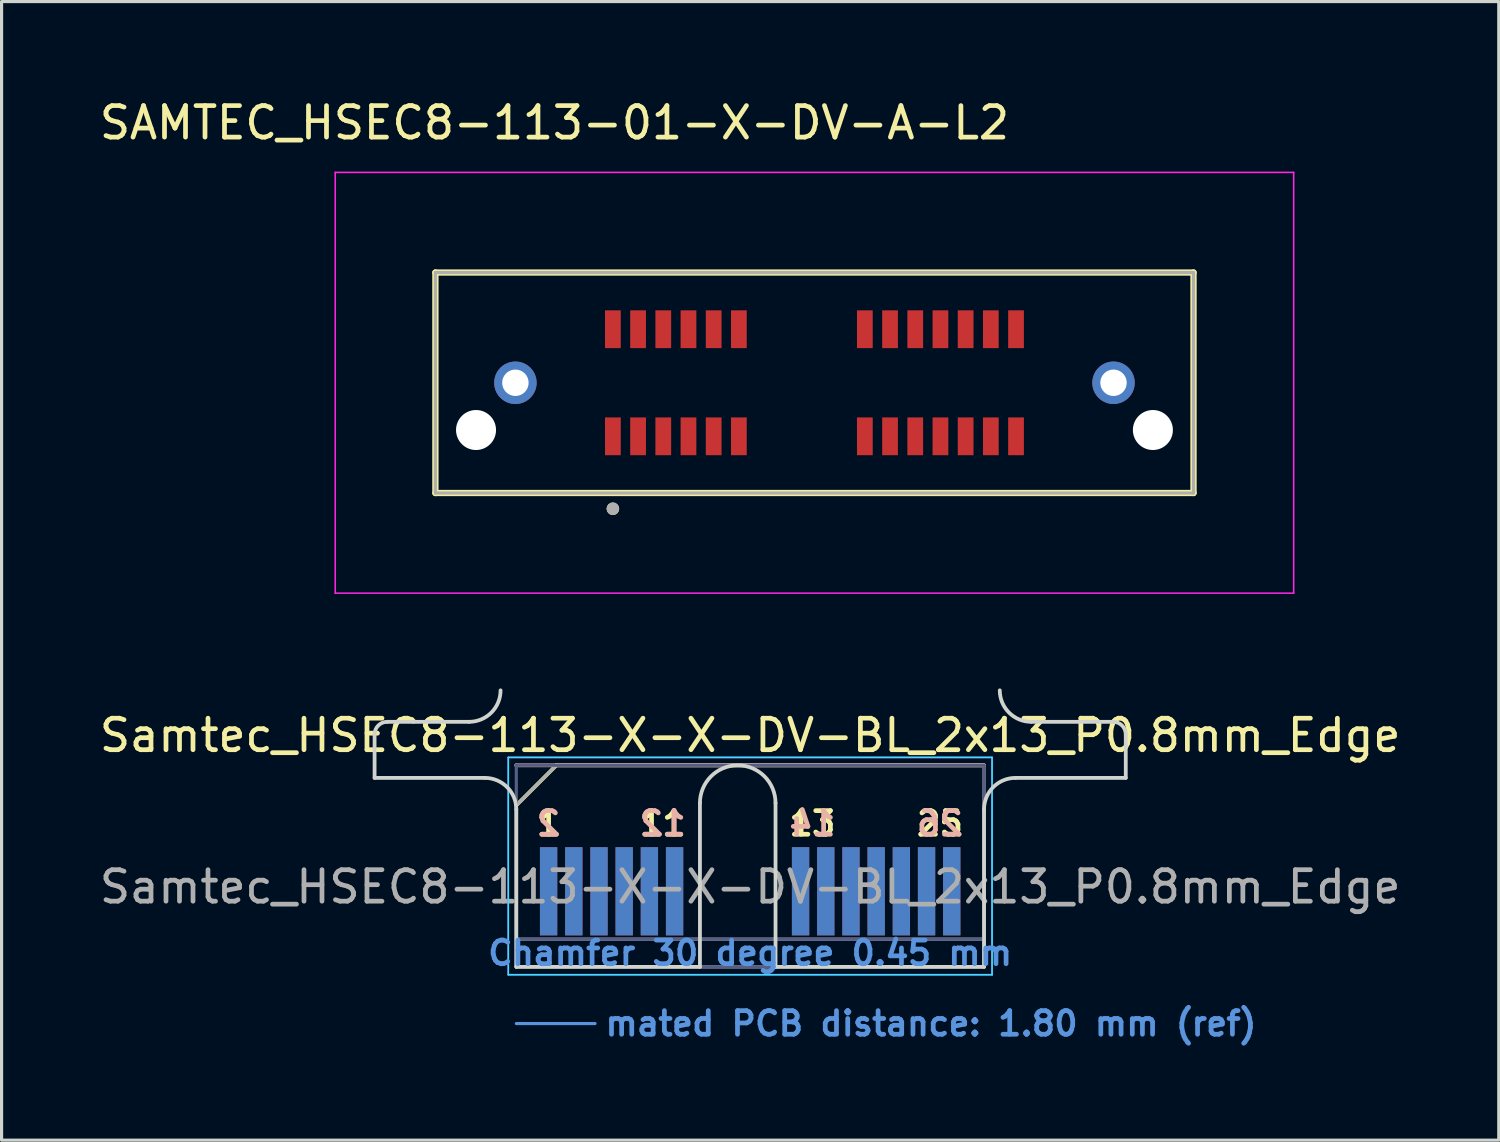
<source format=kicad_pcb>
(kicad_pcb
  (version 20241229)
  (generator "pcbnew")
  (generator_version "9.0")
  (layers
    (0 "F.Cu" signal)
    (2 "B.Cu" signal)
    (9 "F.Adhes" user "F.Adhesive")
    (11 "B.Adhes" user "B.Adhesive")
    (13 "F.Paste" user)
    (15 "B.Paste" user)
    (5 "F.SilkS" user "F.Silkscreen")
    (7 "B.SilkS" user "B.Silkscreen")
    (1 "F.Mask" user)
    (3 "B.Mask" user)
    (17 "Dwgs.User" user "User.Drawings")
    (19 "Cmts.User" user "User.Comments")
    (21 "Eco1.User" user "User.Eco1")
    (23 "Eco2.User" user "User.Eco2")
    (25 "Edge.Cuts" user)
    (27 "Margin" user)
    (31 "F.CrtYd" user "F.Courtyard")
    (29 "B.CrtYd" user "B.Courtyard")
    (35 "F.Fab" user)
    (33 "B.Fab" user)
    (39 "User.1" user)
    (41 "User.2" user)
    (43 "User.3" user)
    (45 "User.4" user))
  (footprint "Samtec_HSEC8-113-X-X-DV-BL_2x13_P0.8mm_Edge"
    (layer "F.Cu")
    (at 20.768 27.648)
    (property "Reference" "Samtec_HSEC8-113-X-X-DV-BL_2x13_P0.8mm_Edge" (at 0 -7.35 0) (layer "F.SilkS") (effects (font (size 1 1) (thickness 0.15))))
    (attr exclude_from_pos_files exclude_from_bom)
    (fp_line (start -7.425 -5.13) (end -6.155 -6.4) (stroke (width 0.12) (type solid)) (layer "F.SilkS"))
    (fp_line (start -6.155 -6.4) (end 7.425 -6.4) (stroke (width 0.12) (type solid)) (layer "F.SilkS"))
    (fp_line (start -7.425 -6.4) (end -7.425 -6.4) (stroke (width 0.12) (type solid)) (layer "B.SilkS"))
    (fp_line (start -7.425 -6.4) (end 7.425 -6.4) (stroke (width 0.12) (type solid)) (layer "B.SilkS"))
    (fp_line (start -7.425 1.8) (end -4.925 1.8) (stroke (width 0.1) (type solid)) (layer "Cmts.User"))
    (fp_line (start -11.925 -6) (end -11.925 -7.38) (stroke (width 0.12) (type solid)) (layer "Edge.Cuts"))
    (fp_line (start -11.525 -7.78) (end -8.925 -7.78) (stroke (width 0.12) (type solid)) (layer "Edge.Cuts"))
    (fp_line (start -8.425 -6) (end -11.925 -6) (stroke (width 0.12) (type solid)) (layer "Edge.Cuts"))
    (fp_line (start -7.425 -5) (end -7.425 0) (stroke (width 0.12) (type solid)) (layer "Edge.Cuts"))
    (fp_line (start -7.425 0) (end -1.595 0) (stroke (width 0.12) (type solid)) (layer "Edge.Cuts"))
    (fp_line (start -1.595 0) (end -1.595 -5.2) (stroke (width 0.12) (type solid)) (layer "Edge.Cuts"))
    (fp_line (start 0.805 -5.2) (end 0.805 0) (stroke (width 0.12) (type solid)) (layer "Edge.Cuts"))
    (fp_line (start 0.805 0) (end 7.425 0) (stroke (width 0.12) (type solid)) (layer "Edge.Cuts"))
    (fp_line (start 7.425 0) (end 7.425 -5) (stroke (width 0.12) (type solid)) (layer "Edge.Cuts"))
    (fp_line (start 8.425 -6) (end 11.925 -6) (stroke (width 0.12) (type solid)) (layer "Edge.Cuts"))
    (fp_line (start 11.525 -7.78) (end 8.925 -7.78) (stroke (width 0.12) (type solid)) (layer "Edge.Cuts"))
    (fp_line (start 11.925 -6) (end 11.925 -7.38) (stroke (width 0.12) (type solid)) (layer "Edge.Cuts"))
    (fp_arc (start -11.925 -7.38) (mid -11.807843 -7.662843) (end -11.525 -7.78) (stroke (width 0.12) (type solid)) (layer "Edge.Cuts"))
    (fp_arc (start -8.425 -6) (mid -7.717893 -5.707107) (end -7.425 -5) (stroke (width 0.12) (type solid)) (layer "Edge.Cuts"))
    (fp_arc (start -7.925 -8.78) (mid -8.217893 -8.072893) (end -8.925 -7.78) (stroke (width 0.12) (type solid)) (layer "Edge.Cuts"))
    (fp_arc (start -1.595 -5.2) (mid -0.395 -6.4) (end 0.805 -5.2) (stroke (width 0.12) (type solid)) (layer "Edge.Cuts"))
    (fp_arc (start 7.425 -5) (mid 7.717893 -5.707107) (end 8.425 -6) (stroke (width 0.12) (type solid)) (layer "Edge.Cuts"))
    (fp_arc (start 8.925 -7.78) (mid 8.217893 -8.072893) (end 7.925 -8.78) (stroke (width 0.12) (type solid)) (layer "Edge.Cuts"))
    (fp_arc (start 11.525 -7.78) (mid 11.807843 -7.662843) (end 11.925 -7.38) (stroke (width 0.12) (type solid)) (layer "Edge.Cuts"))
    (fp_line (start -7.68 -6.65) (end -7.68 0.25) (stroke (width 0.05) (type solid)) (layer "B.CrtYd"))
    (fp_line (start -7.68 0.25) (end 7.68 0.25) (stroke (width 0.05) (type solid)) (layer "B.CrtYd"))
    (fp_line (start 7.68 -6.65) (end -7.68 -6.65) (stroke (width 0.05) (type solid)) (layer "B.CrtYd"))
    (fp_line (start 7.68 0.25) (end 7.68 -6.65) (stroke (width 0.05) (type solid)) (layer "B.CrtYd"))
    (fp_line (start -7.68 -6.65) (end -7.68 0.25) (stroke (width 0.05) (type solid)) (layer "F.CrtYd"))
    (fp_line (start -7.68 0.25) (end 7.68 0.25) (stroke (width 0.05) (type solid)) (layer "F.CrtYd"))
    (fp_line (start 7.68 -6.65) (end -7.68 -6.65) (stroke (width 0.05) (type solid)) (layer "F.CrtYd"))
    (fp_line (start 7.68 0.25) (end 7.68 -6.65) (stroke (width 0.05) (type solid)) (layer "F.CrtYd"))
    (fp_line (start -7.425 -6.4) (end -7.425 -6.4) (stroke (width 0.1) (type solid)) (layer "B.Fab"))
    (fp_line (start -7.425 -6.4) (end -7.425 0) (stroke (width 0.1) (type solid)) (layer "B.Fab"))
    (fp_line (start -7.425 -6.4) (end 7.425 -6.4) (stroke (width 0.1) (type solid)) (layer "B.Fab"))
    (fp_line (start -7.425 -0.88) (end 7.425 -0.88) (stroke (width 0.1) (type solid)) (layer "B.Fab"))
    (fp_line (start -7.425 0) (end 7.425 0) (stroke (width 0.1) (type solid)) (layer "B.Fab"))
    (fp_line (start 7.425 -6.4) (end 7.425 0) (stroke (width 0.1) (type solid)) (layer "B.Fab"))
    (fp_line (start -7.425 -5.13) (end -7.425 0) (stroke (width 0.1) (type solid)) (layer "F.Fab"))
    (fp_line (start -7.425 -5.13) (end -6.155 -6.4) (stroke (width 0.1) (type solid)) (layer "F.Fab"))
    (fp_line (start -7.425 -0.88) (end 7.425 -0.88) (stroke (width 0.1) (type solid)) (layer "F.Fab"))
    (fp_line (start -7.425 0) (end 7.425 0) (stroke (width 0.1) (type solid)) (layer "F.Fab"))
    (fp_line (start -6.155 -6.4) (end 7.425 -6.4) (stroke (width 0.1) (type solid)) (layer "F.Fab"))
    (fp_line (start 7.425 -6.4) (end 7.425 0) (stroke (width 0.1) (type solid)) (layer "F.Fab"))
    (fp_text user "13" (at 1.975 -4.55 0) (layer "F.SilkS") (effects (font (size 0.75 0.75) (thickness 0.15))))
    (fp_text user "1" (at -6.4 -4.55 0) (layer "F.SilkS") (effects (font (size 0.75 0.75) (thickness 0.15))))
    (fp_text user "25" (at 6.025 -4.55 0) (layer "F.SilkS") (effects (font (size 0.75 0.75) (thickness 0.15))))
    (fp_text user "11" (at -2.775 -4.55 0) (layer "F.SilkS") (effects (font (size 0.75 0.75) (thickness 0.15))))
    (fp_text user "12" (at -2.775 -4.55 0) (layer "B.SilkS") (effects (font (size 0.75 0.75) (thickness 0.15)) (justify mirror)))
    (fp_text user "26" (at 6.025 -4.55 0) (layer "B.SilkS") (effects (font (size 0.75 0.75) (thickness 0.15)) (justify mirror)))
    (fp_text user "14" (at 1.975 -4.55 0) (layer "B.SilkS") (effects (font (size 0.75 0.75) (thickness 0.15)) (justify mirror)))
    (fp_text user "2" (at -6.4 -4.55 0) (layer "B.SilkS") (effects (font (size 0.75 0.75) (thickness 0.15)) (justify mirror)))
    (fp_text user "mated PCB distance: 1.80 mm (ref)" (at -4.68 1.8 0) (layer "Cmts.User") (effects (font (size 0.75 0.75) (thickness 0.15)) (justify left)))
    (fp_text user "Chamfer 30 degree 0.45 mm" (at 0 -0.44 0) (layer "Cmts.User") (effects (font (size 0.75 0.75) (thickness 0.15))))
    (fp_text user "${REFERENCE}" (at 0 -2.54 0) (layer "F.Fab") (effects (font (size 1 1) (thickness 0.15))))
    (pad "1" connect rect (at -6.4 -2.4) (size 0.55 2.8) (layers "F.Cu" "F.Mask"))
    (pad "2" connect rect (at -6.4 -2.4) (size 0.55 2.8) (layers "B.Cu" "B.Mask"))
    (pad "3" connect rect (at -5.6 -2.4) (size 0.55 2.8) (layers "F.Cu" "F.Mask"))
    (pad "4" connect rect (at -5.6 -2.4) (size 0.55 2.8) (layers "B.Cu" "B.Mask"))
    (pad "5" connect rect (at -4.8 -2.4) (size 0.55 2.8) (layers "F.Cu" "F.Mask"))
    (pad "6" connect rect (at -4.8 -2.4) (size 0.55 2.8) (layers "B.Cu" "B.Mask"))
    (pad "7" connect rect (at -4 -2.4) (size 0.55 2.8) (layers "F.Cu" "F.Mask"))
    (pad "8" connect rect (at -4 -2.4) (size 0.55 2.8) (layers "B.Cu" "B.Mask"))
    (pad "9" connect rect (at -3.2 -2.4) (size 0.55 2.8) (layers "F.Cu" "F.Mask"))
    (pad "10" connect rect (at -3.2 -2.4) (size 0.55 2.8) (layers "B.Cu" "B.Mask"))
    (pad "11" connect rect (at -2.4 -2.4) (size 0.55 2.8) (layers "F.Cu" "F.Mask"))
    (pad "12" connect rect (at -2.4 -2.4) (size 0.55 2.8) (layers "B.Cu" "B.Mask"))
    (pad "13" connect rect (at 1.6 -2.4) (size 0.55 2.8) (layers "F.Cu" "F.Mask"))
    (pad "14" connect rect (at 1.6 -2.4) (size 0.55 2.8) (layers "B.Cu" "B.Mask"))
    (pad "15" connect rect (at 2.4 -2.4) (size 0.55 2.8) (layers "F.Cu" "F.Mask"))
    (pad "16" connect rect (at 2.4 -2.4) (size 0.55 2.8) (layers "B.Cu" "B.Mask"))
    (pad "17" connect rect (at 3.2 -2.4) (size 0.55 2.8) (layers "F.Cu" "F.Mask"))
    (pad "18" connect rect (at 3.2 -2.4) (size 0.55 2.8) (layers "B.Cu" "B.Mask"))
    (pad "19" connect rect (at 4 -2.4) (size 0.55 2.8) (layers "F.Cu" "F.Mask"))
    (pad "20" connect rect (at 4 -2.4) (size 0.55 2.8) (layers "B.Cu" "B.Mask"))
    (pad "21" connect rect (at 4.8 -2.4) (size 0.55 2.8) (layers "F.Cu" "F.Mask"))
    (pad "22" connect rect (at 4.8 -2.4) (size 0.55 2.8) (layers "B.Cu" "B.Mask"))
    (pad "23" connect rect (at 5.6 -2.4) (size 0.55 2.8) (layers "F.Cu" "F.Mask"))
    (pad "24" connect rect (at 5.6 -2.4) (size 0.55 2.8) (layers "B.Cu" "B.Mask"))
    (pad "25" connect rect (at 6.4 -2.4) (size 0.55 2.8) (layers "F.Cu" "F.Mask"))
    (pad "26" connect rect (at 6.4 -2.4) (size 0.55 2.8) (layers "B.Cu" "B.Mask")))
  (footprint "SAMTEC_HSEC8-113-01-X-DV-A-L2"
    (layer "F.Cu")
    (at 22.809 9.103)
    (property "Reference" "SAMTEC_HSEC8-113-01-X-DV-A-L2" (at -8.255 -8.255 0) (layer "F.SilkS") (effects (font (size 1 1) (thickness 0.15))))
    (attr smd)
    (fp_line (start -12.035 -3.5) (end 12.035 -3.5) (stroke (width 0.2) (type solid)) (layer "F.SilkS"))
    (fp_line (start -12.035 3.5) (end -12.035 -3.5) (stroke (width 0.2) (type solid)) (layer "F.SilkS"))
    (fp_line (start 12.035 -3.5) (end 12.035 3.5) (stroke (width 0.2) (type solid)) (layer "F.SilkS"))
    (fp_line (start 12.035 3.5) (end -12.035 3.5) (stroke (width 0.2) (type solid)) (layer "F.SilkS"))
    (fp_circle (center -6.4 4) (end -6.3 4) (stroke (width 0.2) (type solid)) (fill no) (layer "F.SilkS"))
    (fp_poly (pts (xy -10.764 0.046) (xy -10.764 0.011) (xy -10.764 -0.024) (xy -10.762 -0.059) (xy -10.759 -0.093) (xy -10.756 -0.128) (xy -10.752 -0.162) (xy -10.746 -0.197) (xy -10.74 -0.231) (xy -10.733 -0.265) (xy -10.725 -0.298) (xy -10.716 -0.332) (xy -10.707 -0.365) (xy -10.696 -0.398) (xy -10.685 -0.431) (xy -10.672 -0.464) (xy -10.659 -0.496) (xy -10.645 -0.527) (xy -10.63 -0.559) (xy -10.615 -0.59) (xy -10.598 -0.62) (xy -10.581 -0.651) (xy -10.563 -0.68) (xy -10.544 -0.709) (xy -10.525 -0.738) (xy -10.505 -0.766) (xy -10.484 -0.794) (xy -10.462 -0.821) (xy -10.439 -0.847) (xy -10.416 -0.873) (xy -10.393 -0.898) (xy -10.345 -0.944) (xy -10.294 -0.987) (xy -10.241 -1.027) (xy -10.187 -1.065) (xy -10.13 -1.1) (xy -10.072 -1.132) (xy -10.012 -1.16) (xy -9.95 -1.186) (xy -9.887 -1.208) (xy -9.824 -1.227) (xy -9.759 -1.242) (xy -9.694 -1.254) (xy -9.628 -1.263) (xy -9.561 -1.268) (xy -9.495 -1.27) (xy -9.429 -1.268) (xy -9.362 -1.263) (xy -9.296 -1.254) (xy -9.231 -1.242) (xy -9.166 -1.227) (xy -9.103 -1.208) (xy -9.04 -1.186) (xy -8.978 -1.16) (xy -8.918 -1.132) (xy -8.86 -1.1) (xy -8.803 -1.065) (xy -8.749 -1.027) (xy -8.696 -0.987) (xy -8.645 -0.944) (xy -8.597 -0.898) (xy -8.551 -0.85) (xy -8.508 -0.799) (xy -8.468 -0.746) (xy -8.43 -0.692) (xy -8.395 -0.635) (xy -8.363 -0.577) (xy -8.335 -0.517) (xy -8.309 -0.455) (xy -8.287 -0.392) (xy -8.268 -0.329) (xy -8.253 -0.264) (xy -8.241 -0.199) (xy -8.232 -0.133) (xy -8.227 -0.066) (xy -8.225 0) (xy -8.227 0.066) (xy -8.232 0.133) (xy -8.241 0.199) (xy -8.253 0.264) (xy -8.268 0.329) (xy -8.287 0.392) (xy -8.309 0.455) (xy -8.335 0.517) (xy -8.363 0.577) (xy -8.395 0.635) (xy -8.43 0.692) (xy -8.468 0.746) (xy -8.508 0.799) (xy -8.551 0.85) (xy -8.597 0.898) (xy -8.622 0.921) (xy -8.648 0.944) (xy -8.674 0.967) (xy -8.701 0.989) (xy -8.729 1.01) (xy -8.757 1.03) (xy -8.786 1.049) (xy -8.815 1.068) (xy -8.844 1.086) (xy -8.875 1.103) (xy -8.905 1.12) (xy -8.936 1.135) (xy -8.967 1.15) (xy -8.999 1.164) (xy -9.031 1.177) (xy -9.064 1.19) (xy -9.097 1.201) (xy -9.13 1.212) (xy -9.163 1.221) (xy -9.196 1.23) (xy -9.23 1.238) (xy -9.264 1.245) (xy -9.298 1.251) (xy -9.333 1.257) (xy -9.367 1.261) (xy -9.402 1.264) (xy -9.436 1.267) (xy -9.471 1.269) (xy -9.506 1.269) (xy -9.541 1.269) (xy -10.764 0.046) (xy -10.764 0.046)) (stroke (width 0.01) (type solid)) (fill yes) (layer "F.Paste"))
    (fp_poly (pts (xy 9.541 1.269) (xy 9.506 1.269) (xy 9.471 1.269) (xy 9.436 1.267) (xy 9.402 1.264) (xy 9.367 1.261) (xy 9.333 1.257) (xy 9.298 1.251) (xy 9.264 1.245) (xy 9.23 1.238) (xy 9.196 1.23) (xy 9.163 1.221) (xy 9.13 1.212) (xy 9.097 1.201) (xy 9.064 1.19) (xy 9.031 1.177) (xy 8.999 1.164) (xy 8.967 1.15) (xy 8.936 1.135) (xy 8.905 1.12) (xy 8.875 1.103) (xy 8.844 1.086) (xy 8.815 1.068) (xy 8.786 1.049) (xy 8.757 1.03) (xy 8.729 1.01) (xy 8.701 0.989) (xy 8.674 0.967) (xy 8.648 0.944) (xy 8.622 0.921) (xy 8.597 0.898) (xy 8.551 0.85) (xy 8.508 0.799) (xy 8.468 0.746) (xy 8.43 0.692) (xy 8.395 0.635) (xy 8.363 0.577) (xy 8.335 0.517) (xy 8.309 0.455) (xy 8.287 0.392) (xy 8.268 0.329) (xy 8.253 0.264) (xy 8.241 0.199) (xy 8.232 0.133) (xy 8.227 0.066) (xy 8.225 0) (xy 8.227 -0.066) (xy 8.232 -0.133) (xy 8.241 -0.199) (xy 8.253 -0.264) (xy 8.268 -0.329) (xy 8.287 -0.392) (xy 8.309 -0.455) (xy 8.335 -0.517) (xy 8.363 -0.577) (xy 8.395 -0.635) (xy 8.43 -0.692) (xy 8.468 -0.746) (xy 8.508 -0.799) (xy 8.551 -0.85) (xy 8.597 -0.898) (xy 8.645 -0.944) (xy 8.696 -0.987) (xy 8.749 -1.027) (xy 8.803 -1.065) (xy 8.86 -1.1) (xy 8.918 -1.132) (xy 8.978 -1.16) (xy 9.04 -1.186) (xy 9.103 -1.208) (xy 9.166 -1.227) (xy 9.231 -1.242) (xy 9.296 -1.254) (xy 9.362 -1.263) (xy 9.429 -1.268) (xy 9.495 -1.27) (xy 9.561 -1.268) (xy 9.628 -1.263) (xy 9.694 -1.254) (xy 9.759 -1.242) (xy 9.824 -1.227) (xy 9.887 -1.208) (xy 9.95 -1.186) (xy 10.012 -1.16) (xy 10.072 -1.132) (xy 10.13 -1.1) (xy 10.187 -1.065) (xy 10.241 -1.027) (xy 10.294 -0.987) (xy 10.345 -0.944) (xy 10.393 -0.898) (xy 10.416 -0.873) (xy 10.439 -0.847) (xy 10.462 -0.821) (xy 10.484 -0.794) (xy 10.505 -0.766) (xy 10.525 -0.738) (xy 10.544 -0.709) (xy 10.563 -0.68) (xy 10.581 -0.651) (xy 10.598 -0.62) (xy 10.615 -0.59) (xy 10.63 -0.559) (xy 10.645 -0.527) (xy 10.659 -0.496) (xy 10.672 -0.464) (xy 10.685 -0.431) (xy 10.696 -0.398) (xy 10.707 -0.365) (xy 10.716 -0.332) (xy 10.725 -0.298) (xy 10.733 -0.265) (xy 10.74 -0.231) (xy 10.746 -0.197) (xy 10.752 -0.162) (xy 10.756 -0.128) (xy 10.759 -0.093) (xy 10.762 -0.059) (xy 10.764 -0.024) (xy 10.764 0.011) (xy 10.764 0.046) (xy 9.541 1.269) (xy 9.541 1.269)) (stroke (width 0.01) (type solid)) (fill yes) (layer "F.Paste"))
    (fp_line (start -15.215 -6.68) (end 15.215 -6.68) (stroke (width 0.05) (type solid)) (layer "F.CrtYd"))
    (fp_line (start -15.215 6.68) (end -15.215 -6.68) (stroke (width 0.05) (type solid)) (layer "F.CrtYd"))
    (fp_line (start 15.215 -6.68) (end 15.215 6.68) (stroke (width 0.05) (type solid)) (layer "F.CrtYd"))
    (fp_line (start 15.215 6.68) (end -15.215 6.68) (stroke (width 0.05) (type solid)) (layer "F.CrtYd"))
    (fp_line (start -12.035 -3.5) (end 12.035 -3.5) (stroke (width 0.1) (type solid)) (layer "F.Fab"))
    (fp_line (start -12.035 3.5) (end -12.035 -3.5) (stroke (width 0.1) (type solid)) (layer "F.Fab"))
    (fp_line (start 12.035 -3.5) (end 12.035 3.5) (stroke (width 0.1) (type solid)) (layer "F.Fab"))
    (fp_line (start 12.035 3.5) (end -12.035 3.5) (stroke (width 0.1) (type solid)) (layer "F.Fab"))
    (fp_circle (center -6.4 4) (end -6.3 4) (stroke (width 0.2) (type solid)) (fill no) (layer "F.Fab"))
    (pad "" np_thru_hole circle (at -10.745 1.5) (size 1.27 1.27) (drill 1.27) (layers "*.Cu" "*.Mask"))
    (pad "" np_thru_hole circle (at 10.745 1.5) (size 1.27 1.27) (drill 1.27) (layers "*.Cu" "*.Mask"))
    (pad "01" smd rect (at -6.4 1.7) (size 0.5 1.2) (layers "F.Cu" "F.Mask" "F.Paste"))
    (pad "02" smd rect (at -6.4 -1.7) (size 0.5 1.2) (layers "F.Cu" "F.Mask" "F.Paste"))
    (pad "03" smd rect (at -5.6 1.7) (size 0.5 1.2) (layers "F.Cu" "F.Mask" "F.Paste"))
    (pad "04" smd rect (at -5.6 -1.7) (size 0.5 1.2) (layers "F.Cu" "F.Mask" "F.Paste"))
    (pad "05" smd rect (at -4.8 1.7) (size 0.5 1.2) (layers "F.Cu" "F.Mask" "F.Paste"))
    (pad "06" smd rect (at -4.8 -1.7) (size 0.5 1.2) (layers "F.Cu" "F.Mask" "F.Paste"))
    (pad "07" smd rect (at -4 1.7) (size 0.5 1.2) (layers "F.Cu" "F.Mask" "F.Paste"))
    (pad "08" smd rect (at -4 -1.7) (size 0.5 1.2) (layers "F.Cu" "F.Mask" "F.Paste"))
    (pad "09" smd rect (at -3.2 1.7) (size 0.5 1.2) (layers "F.Cu" "F.Mask" "F.Paste"))
    (pad "10" smd rect (at -3.2 -1.7) (size 0.5 1.2) (layers "F.Cu" "F.Mask" "F.Paste"))
    (pad "11" smd rect (at -2.4 1.7) (size 0.5 1.2) (layers "F.Cu" "F.Mask" "F.Paste"))
    (pad "12" smd rect (at -2.4 -1.7) (size 0.5 1.2) (layers "F.Cu" "F.Mask" "F.Paste"))
    (pad "13" smd rect (at 1.6 1.7) (size 0.5 1.2) (layers "F.Cu" "F.Mask" "F.Paste"))
    (pad "14" smd rect (at 1.6 -1.7) (size 0.5 1.2) (layers "F.Cu" "F.Mask" "F.Paste"))
    (pad "15" smd rect (at 2.4 1.7) (size 0.5 1.2) (layers "F.Cu" "F.Mask" "F.Paste"))
    (pad "16" smd rect (at 2.4 -1.7) (size 0.5 1.2) (layers "F.Cu" "F.Mask" "F.Paste"))
    (pad "17" smd rect (at 3.2 1.7) (size 0.5 1.2) (layers "F.Cu" "F.Mask" "F.Paste"))
    (pad "18" smd rect (at 3.2 -1.7) (size 0.5 1.2) (layers "F.Cu" "F.Mask" "F.Paste"))
    (pad "19" smd rect (at 4 1.7) (size 0.5 1.2) (layers "F.Cu" "F.Mask" "F.Paste"))
    (pad "20" smd rect (at 4 -1.7) (size 0.5 1.2) (layers "F.Cu" "F.Mask" "F.Paste"))
    (pad "21" smd rect (at 4.8 1.7) (size 0.5 1.2) (layers "F.Cu" "F.Mask" "F.Paste"))
    (pad "22" smd rect (at 4.8 -1.7) (size 0.5 1.2) (layers "F.Cu" "F.Mask" "F.Paste"))
    (pad "23" smd rect (at 5.6 1.7) (size 0.5 1.2) (layers "F.Cu" "F.Mask" "F.Paste"))
    (pad "24" smd rect (at 5.6 -1.7) (size 0.5 1.2) (layers "F.Cu" "F.Mask" "F.Paste"))
    (pad "25" smd rect (at 6.4 1.7) (size 0.5 1.2) (layers "F.Cu" "F.Mask" "F.Paste"))
    (pad "26" smd rect (at 6.4 -1.7) (size 0.5 1.2) (layers "F.Cu" "F.Mask" "F.Paste"))
    (pad "S1" thru_hole circle (at -9.495 0) (size 1.348 1.348) (drill 0.84) (layers "*.Cu" "*.Mask"))
    (pad "S2" thru_hole circle (at 9.495 0) (size 1.348 1.348) (drill 0.84) (layers "*.Cu" "*.Mask")))
  (gr_rect
    (start -3 -3)
    (end 44.536 33.15)
    (stroke (width 0.1) (type default))
    (fill no)
    (layer "Edge.Cuts")))
</source>
